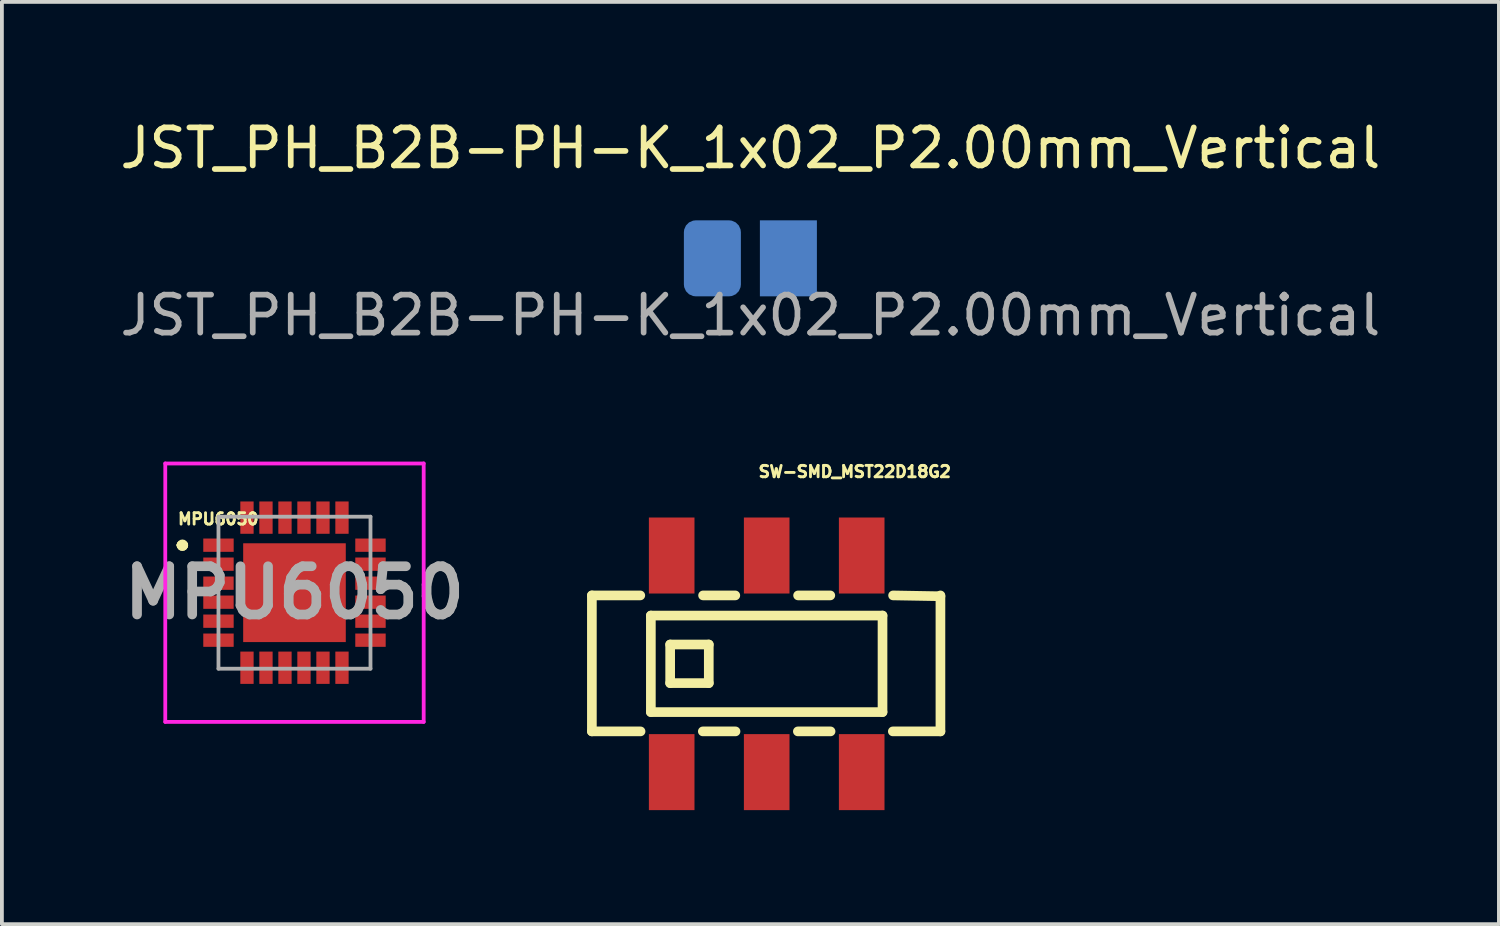
<source format=kicad_pcb>
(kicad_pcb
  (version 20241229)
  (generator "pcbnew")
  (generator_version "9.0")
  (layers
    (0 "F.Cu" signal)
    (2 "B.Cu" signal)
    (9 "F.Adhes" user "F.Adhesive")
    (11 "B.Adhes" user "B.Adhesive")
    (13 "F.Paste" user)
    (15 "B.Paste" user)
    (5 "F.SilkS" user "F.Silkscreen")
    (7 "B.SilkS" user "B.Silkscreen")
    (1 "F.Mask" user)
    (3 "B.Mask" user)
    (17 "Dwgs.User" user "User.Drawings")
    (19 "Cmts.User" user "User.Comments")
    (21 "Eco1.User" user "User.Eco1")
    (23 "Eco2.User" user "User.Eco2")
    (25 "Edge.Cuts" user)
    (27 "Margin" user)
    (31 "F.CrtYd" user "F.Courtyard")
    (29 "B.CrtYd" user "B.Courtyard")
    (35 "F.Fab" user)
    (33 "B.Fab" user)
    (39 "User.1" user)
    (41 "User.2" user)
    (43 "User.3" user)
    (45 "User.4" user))
  (footprint "JST_PH_B2B-PH-K_1x02_P2.00mm_Vertical"
    (layer "F.Cu")
    (at 15.696 3.748)
    (property "Reference" "JST_PH_B2B-PH-K_1x02_P2.00mm_Vertical" (at 1 -2.9 0) (layer "F.SilkS") (effects (font (size 1 1) (thickness 0.15))))
    (attr through_hole exclude_from_bom)
    (fp_text user "${REFERENCE}" (at 1 1.5 0) (layer "F.Fab") (effects (font (size 1 1) (thickness 0.15))))
    (pad "1" smd roundrect (at 0 0) (size 1.5 2) (layers "B.Cu" "B.Mask" "B.Paste") (roundrect_rratio 0.208))
    (pad "2" smd rect (at 2 0) (size 1.5 2) (layers "B.Cu" "B.Mask" "B.Paste")))
  (footprint "MPU6050"
    (layer "F.Cu")
    (at 4.699 12.546)
    (property "Reference" "MPU6050" (at -2.005 -1.939 0) (layer "F.SilkS") (effects (font (size 0.3 0.3) (thickness 0.075))))
    (attr smd dnp)
    (fp_line (start -3 -1.25) (end -3 -1.25) (stroke (width 0.2) (type solid)) (layer "F.SilkS"))
    (fp_line (start -3 -1.25) (end -3 -1.25) (stroke (width 0.2) (type solid)) (layer "F.SilkS"))
    (fp_line (start -2.9 -1.25) (end -2.9 -1.25) (stroke (width 0.2) (type solid)) (layer "F.SilkS"))
    (fp_arc (start -3 -1.25) (mid -2.95 -1.3) (end -2.9 -1.25) (stroke (width 0.2) (type solid)) (layer "F.SilkS"))
    (fp_arc (start -2.9 -1.25) (mid -2.95 -1.2) (end -3 -1.25) (stroke (width 0.2) (type solid)) (layer "F.SilkS"))
    (fp_arc (start -2.9 -1.25) (mid -2.95 -1.2) (end -3 -1.25) (stroke (width 0.2) (type solid)) (layer "F.SilkS"))
    (fp_line (start -3.4 -3.4) (end 3.4 -3.4) (stroke (width 0.1) (type solid)) (layer "F.CrtYd"))
    (fp_line (start -3.4 3.4) (end -3.4 -3.4) (stroke (width 0.1) (type solid)) (layer "F.CrtYd"))
    (fp_line (start 3.4 -3.4) (end 3.4 3.4) (stroke (width 0.1) (type solid)) (layer "F.CrtYd"))
    (fp_line (start 3.4 3.4) (end -3.4 3.4) (stroke (width 0.1) (type solid)) (layer "F.CrtYd"))
    (fp_line (start -2 -2) (end 2 -2) (stroke (width 0.1) (type solid)) (layer "F.Fab"))
    (fp_line (start -2 2) (end -2 -2) (stroke (width 0.1) (type solid)) (layer "F.Fab"))
    (fp_line (start 2 -2) (end 2 2) (stroke (width 0.1) (type solid)) (layer "F.Fab"))
    (fp_line (start 2 2) (end -2 2) (stroke (width 0.1) (type solid)) (layer "F.Fab"))
    (fp_text user "${REFERENCE}" (at 0 0 0) (layer "F.Fab") (effects (font (size 1.27 1.27) (thickness 0.254))))
    (pad "1" smd rect (at -2 -1.25 90) (size 0.35 0.8) (layers "F.Cu" "F.Mask" "F.Paste"))
    (pad "2" smd rect (at -2 -0.75 90) (size 0.35 0.8) (layers "F.Cu" "F.Mask" "F.Paste"))
    (pad "3" smd rect (at -2 -0.25 90) (size 0.35 0.8) (layers "F.Cu" "F.Mask" "F.Paste"))
    (pad "4" smd rect (at -2 0.25 90) (size 0.35 0.8) (layers "F.Cu" "F.Mask" "F.Paste"))
    (pad "5" smd rect (at -2 0.75 90) (size 0.35 0.8) (layers "F.Cu" "F.Mask" "F.Paste"))
    (pad "6" smd rect (at -2 1.25 90) (size 0.35 0.8) (layers "F.Cu" "F.Mask" "F.Paste"))
    (pad "7" smd rect (at -1.25 1.975) (size 0.35 0.85) (layers "F.Cu" "F.Mask" "F.Paste"))
    (pad "8" smd rect (at -0.75 1.975) (size 0.35 0.85) (layers "F.Cu" "F.Mask" "F.Paste"))
    (pad "9" smd rect (at -0.25 1.975) (size 0.35 0.85) (layers "F.Cu" "F.Mask" "F.Paste"))
    (pad "10" smd rect (at 0.25 1.975) (size 0.35 0.85) (layers "F.Cu" "F.Mask" "F.Paste"))
    (pad "11" smd rect (at 0.75 1.975) (size 0.35 0.85) (layers "F.Cu" "F.Mask" "F.Paste"))
    (pad "12" smd rect (at 1.25 1.975) (size 0.35 0.85) (layers "F.Cu" "F.Mask" "F.Paste"))
    (pad "13" smd rect (at 2 1.25 90) (size 0.35 0.8) (layers "F.Cu" "F.Mask" "F.Paste"))
    (pad "14" smd rect (at 2 0.75 90) (size 0.35 0.8) (layers "F.Cu" "F.Mask" "F.Paste"))
    (pad "15" smd rect (at 2 0.25 90) (size 0.35 0.8) (layers "F.Cu" "F.Mask" "F.Paste"))
    (pad "16" smd rect (at 2 -0.25 90) (size 0.35 0.8) (layers "F.Cu" "F.Mask" "F.Paste"))
    (pad "17" smd rect (at 2 -0.75 90) (size 0.35 0.8) (layers "F.Cu" "F.Mask" "F.Paste"))
    (pad "18" smd rect (at 2 -1.25 90) (size 0.35 0.8) (layers "F.Cu" "F.Mask" "F.Paste"))
    (pad "19" smd rect (at 1.25 -1.975) (size 0.35 0.85) (layers "F.Cu" "F.Mask" "F.Paste"))
    (pad "20" smd rect (at 0.75 -1.975) (size 0.35 0.85) (layers "F.Cu" "F.Mask" "F.Paste"))
    (pad "21" smd rect (at 0.25 -1.975) (size 0.35 0.85) (layers "F.Cu" "F.Mask" "F.Paste"))
    (pad "22" smd rect (at -0.25 -1.975) (size 0.35 0.85) (layers "F.Cu" "F.Mask" "F.Paste"))
    (pad "23" smd rect (at -0.75 -1.975) (size 0.35 0.85) (layers "F.Cu" "F.Mask" "F.Paste"))
    (pad "24" smd rect (at -1.25 -1.975) (size 0.35 0.85) (layers "F.Cu" "F.Mask" "F.Paste"))
    (pad "25" smd rect (at 0 0 90) (size 2.6 2.7) (layers "F.Cu" "F.Mask" "F.Paste")))
  (footprint "SW-SMD_MST22D18G2"
    (layer "F.Cu")
    (at 17.125 14.418)
    (property "Reference" "SW-SMD_MST22D18G2" (at -0.254 -5.232 0) (unlocked yes) (layer "F.SilkS") (effects (font (size 0.3 0.3) (thickness 0.075)) (justify left top)))
    (attr smd)
    (fp_line (start -4.6 -1.8) (end -4.6 1.778) (stroke (width 0.254) (type default)) (layer "F.SilkS"))
    (fp_line (start -4.6 -1.8) (end -3.326 -1.8) (stroke (width 0.254) (type default)) (layer "F.SilkS"))
    (fp_line (start -3.319 1.778) (end -4.6 1.778) (stroke (width 0.254) (type default)) (layer "F.SilkS"))
    (fp_line (start -3.048 -1.27) (end 3.048 -1.27) (stroke (width 0.254) (type default)) (layer "F.SilkS"))
    (fp_line (start -3.048 1.27) (end -3.048 -1.27) (stroke (width 0.254) (type default)) (layer "F.SilkS"))
    (fp_line (start -2.54 -0.508) (end -1.524 -0.508) (stroke (width 0.254) (type default)) (layer "F.SilkS"))
    (fp_line (start -2.54 0.508) (end -2.54 -0.508) (stroke (width 0.254) (type default)) (layer "F.SilkS"))
    (fp_line (start -1.674 -1.8) (end -0.826 -1.8) (stroke (width 0.254) (type default)) (layer "F.SilkS"))
    (fp_line (start -1.524 -0.508) (end -1.524 0.508) (stroke (width 0.254) (type default)) (layer "F.SilkS"))
    (fp_line (start -1.524 0.508) (end -2.54 0.508) (stroke (width 0.254) (type default)) (layer "F.SilkS"))
    (fp_line (start -0.82 1.778) (end -1.681 1.778) (stroke (width 0.254) (type default)) (layer "F.SilkS"))
    (fp_line (start 0.826 -1.8) (end 1.674 -1.8) (stroke (width 0.254) (type default)) (layer "F.SilkS"))
    (fp_line (start 1.681 1.778) (end 0.82 1.778) (stroke (width 0.254) (type default)) (layer "F.SilkS"))
    (fp_line (start 3.048 -1.27) (end 3.048 1.27) (stroke (width 0.254) (type default)) (layer "F.SilkS"))
    (fp_line (start 3.048 1.27) (end -3.048 1.27) (stroke (width 0.254) (type default)) (layer "F.SilkS"))
    (fp_line (start 3.326 -1.8) (end 4.572 -1.778) (stroke (width 0.254) (type default)) (layer "F.SilkS"))
    (fp_line (start 4.572 1.778) (end 3.319 1.778) (stroke (width 0.254) (type default)) (layer "F.SilkS"))
    (fp_line (start 4.572 1.778) (end 4.572 -1.8) (stroke (width 0.254) (type default)) (layer "F.SilkS"))
    (fp_circle (center -4.55 -3.425) (end -4.52 -3.425) (stroke (width 0.06) (type default)) (fill no) (layer "User.5"))
    (pad "1" smd rect (at -2.5 -2.85 180) (size 1.2 2) (layers "F.Cu" "F.Mask" "F.Paste"))
    (pad "2" smd rect (at 0 -2.85 180) (size 1.2 2) (layers "F.Cu" "F.Mask" "F.Paste"))
    (pad "3" smd rect (at 2.5 -2.85 180) (size 1.2 2) (layers "F.Cu" "F.Mask" "F.Paste"))
    (pad "4" smd rect (at -2.5 2.85 180) (size 1.2 2) (layers "F.Cu" "F.Mask" "F.Paste"))
    (pad "5" smd rect (at 0 2.85 180) (size 1.2 2) (layers "F.Cu" "F.Mask" "F.Paste"))
    (pad "6" smd rect (at 2.5 2.85 180) (size 1.2 2) (layers "F.Cu" "F.Mask" "F.Paste"))
    (zone (net_name "") (layer "Dwgs.User") (hatch edge 0.5) (priority 100) (connect_pads yes) (min_thickness 0) (filled_areas_thickness no) (fill yes) (polygon (pts (xy 14.839 13.91) (xy 14.839 14.926) (xy 16.617 14.926) (xy 16.617 13.91))) (filled_polygon (layer "Dwgs.User") (island) (pts (xy 14.839 13.91) (xy 14.839 14.926) (xy 16.617 14.926) (xy 16.617 13.91))))
    (zone (net_name "") (layer "Dwgs.User") (hatch edge 0.5) (priority 100) (connect_pads yes) (min_thickness 0) (filled_areas_thickness no) (fill yes) (polygon (pts (xy 14.585 13.402) (xy 14.331 13.402) (xy 14.331 15.434) (xy 19.919 15.434) (xy 19.919 13.402) (xy 19.665 13.402) (xy 19.665 15.18) (xy 14.585 15.18) (xy 14.585 13.656) (xy 19.411 13.656) (xy 19.411 13.402))) (filled_polygon (layer "Dwgs.User") (island) (pts (xy 14.585 13.402) (xy 14.331 13.402) (xy 14.331 15.434) (xy 19.919 15.434) (xy 19.919 13.402) (xy 19.665 13.402) (xy 19.665 15.18) (xy 14.585 15.18) (xy 14.585 13.656) (xy 19.411 13.656) (xy 19.411 13.402))))
    (zone (net_name "") (layer "User.3") (hatch edge 0.5) (priority 100) (connect_pads yes) (min_thickness 0) (filled_areas_thickness no) (fill yes) (polygon (pts (xy 12.575 16.218) (xy 12.575 12.618) (xy 21.675 12.618) (xy 21.675 16.218))) (filled_polygon (layer "User.3") (island) (pts (xy 12.575 16.218) (xy 12.575 12.618) (xy 21.675 12.618) (xy 21.675 16.218))))
    (zone (net_name "") (layer "User.4") (hatch edge 0.5) (priority 100) (connect_pads yes) (min_thickness 0) (filled_areas_thickness no) (fill yes) (polygon (pts (xy 14.375 11.793) (xy 14.375 10.993) (xy 14.875 10.993) (xy 14.875 11.793))) (filled_polygon (layer "User.4") (island) (pts (xy 14.375 11.793) (xy 14.375 10.993) (xy 14.875 10.993) (xy 14.875 11.793))))
    (zone (net_name "") (layer "User.4") (hatch edge 0.5) (priority 100) (connect_pads) (min_thickness 0) (filled_areas_thickness no) (keepout (tracks allowed) (vias allowed) (pads allowed) (copperpour not_allowed) (footprints allowed)) (placement (enabled no)) (fill) (polygon (pts (xy 14.375 12.628) (xy 14.375 11.783) (xy 14.875 11.783) (xy 14.875 12.628))))
    (zone (net_name "") (layer "User.4") (hatch edge 0.5) (priority 100) (connect_pads) (min_thickness 0) (filled_areas_thickness no) (keepout (tracks allowed) (vias allowed) (pads allowed) (copperpour not_allowed) (footprints allowed)) (placement (enabled no)) (fill) (polygon (pts (xy 14.375 17.053) (xy 14.375 16.208) (xy 14.875 16.208) (xy 14.875 17.053))))
    (zone (net_name "") (layer "User.4") (hatch edge 0.5) (priority 100) (connect_pads yes) (min_thickness 0) (filled_areas_thickness no) (fill yes) (polygon (pts (xy 14.375 17.843) (xy 14.375 17.043) (xy 14.875 17.043) (xy 14.875 17.843))) (filled_polygon (layer "User.4") (island) (pts (xy 14.375 17.843) (xy 14.375 17.043) (xy 14.875 17.043) (xy 14.875 17.843))))
    (zone (net_name "") (layer "User.4") (hatch edge 0.5) (priority 100) (connect_pads yes) (min_thickness 0) (filled_areas_thickness no) (fill yes) (polygon (pts (xy 16.875 11.793) (xy 16.875 10.993) (xy 17.375 10.993) (xy 17.375 11.793))) (filled_polygon (layer "User.4") (island) (pts (xy 16.875 11.793) (xy 16.875 10.993) (xy 17.375 10.993) (xy 17.375 11.793))))
    (zone (net_name "") (layer "User.4") (hatch edge 0.5) (priority 100) (connect_pads) (min_thickness 0) (filled_areas_thickness no) (keepout (tracks allowed) (vias allowed) (pads allowed) (copperpour not_allowed) (footprints allowed)) (placement (enabled no)) (fill) (polygon (pts (xy 16.875 12.628) (xy 16.875 11.783) (xy 17.375 11.783) (xy 17.375 12.628))))
    (zone (net_name "") (layer "User.4") (hatch edge 0.5) (priority 100) (connect_pads) (min_thickness 0) (filled_areas_thickness no) (keepout (tracks allowed) (vias allowed) (pads allowed) (copperpour not_allowed) (footprints allowed)) (placement (enabled no)) (fill) (polygon (pts (xy 16.875 17.053) (xy 16.875 16.208) (xy 17.375 16.208) (xy 17.375 17.053))))
    (zone (net_name "") (layer "User.4") (hatch edge 0.5) (priority 100) (connect_pads yes) (min_thickness 0) (filled_areas_thickness no) (fill yes) (polygon (pts (xy 16.875 17.843) (xy 16.875 17.043) (xy 17.375 17.043) (xy 17.375 17.843))) (filled_polygon (layer "User.4") (island) (pts (xy 16.875 17.843) (xy 16.875 17.043) (xy 17.375 17.043) (xy 17.375 17.843))))
    (zone (net_name "") (layer "User.4") (hatch edge 0.5) (priority 100) (connect_pads yes) (min_thickness 0) (filled_areas_thickness no) (fill yes) (polygon (pts (xy 19.375 11.793) (xy 19.375 10.993) (xy 19.875 10.993) (xy 19.875 11.793))) (filled_polygon (layer "User.4") (island) (pts (xy 19.375 11.793) (xy 19.375 10.993) (xy 19.875 10.993) (xy 19.875 11.793))))
    (zone (net_name "") (layer "User.4") (hatch edge 0.5) (priority 100) (connect_pads) (min_thickness 0) (filled_areas_thickness no) (keepout (tracks allowed) (vias allowed) (pads allowed) (copperpour not_allowed) (footprints allowed)) (placement (enabled no)) (fill) (polygon (pts (xy 19.375 12.628) (xy 19.375 11.783) (xy 19.875 11.783) (xy 19.875 12.628))))
    (zone (net_name "") (layer "User.4") (hatch edge 0.5) (priority 100) (connect_pads) (min_thickness 0) (filled_areas_thickness no) (keepout (tracks allowed) (vias allowed) (pads allowed) (copperpour not_allowed) (footprints allowed)) (placement (enabled no)) (fill) (polygon (pts (xy 19.375 17.053) (xy 19.375 16.208) (xy 19.875 16.208) (xy 19.875 17.053))))
    (zone (net_name "") (layer "User.4") (hatch edge 0.5) (priority 100) (connect_pads yes) (min_thickness 0) (filled_areas_thickness no) (fill yes) (polygon (pts (xy 19.375 17.843) (xy 19.375 17.043) (xy 19.875 17.043) (xy 19.875 17.843))) (filled_polygon (layer "User.4") (island) (pts (xy 19.375 17.843) (xy 19.375 17.043) (xy 19.875 17.043) (xy 19.875 17.843)))))
  (gr_rect
    (start -3 -3)
    (end 36.393 21.268)
    (stroke (width 0.1) (type default))
    (fill no)
    (layer "Edge.Cuts")))
</source>
